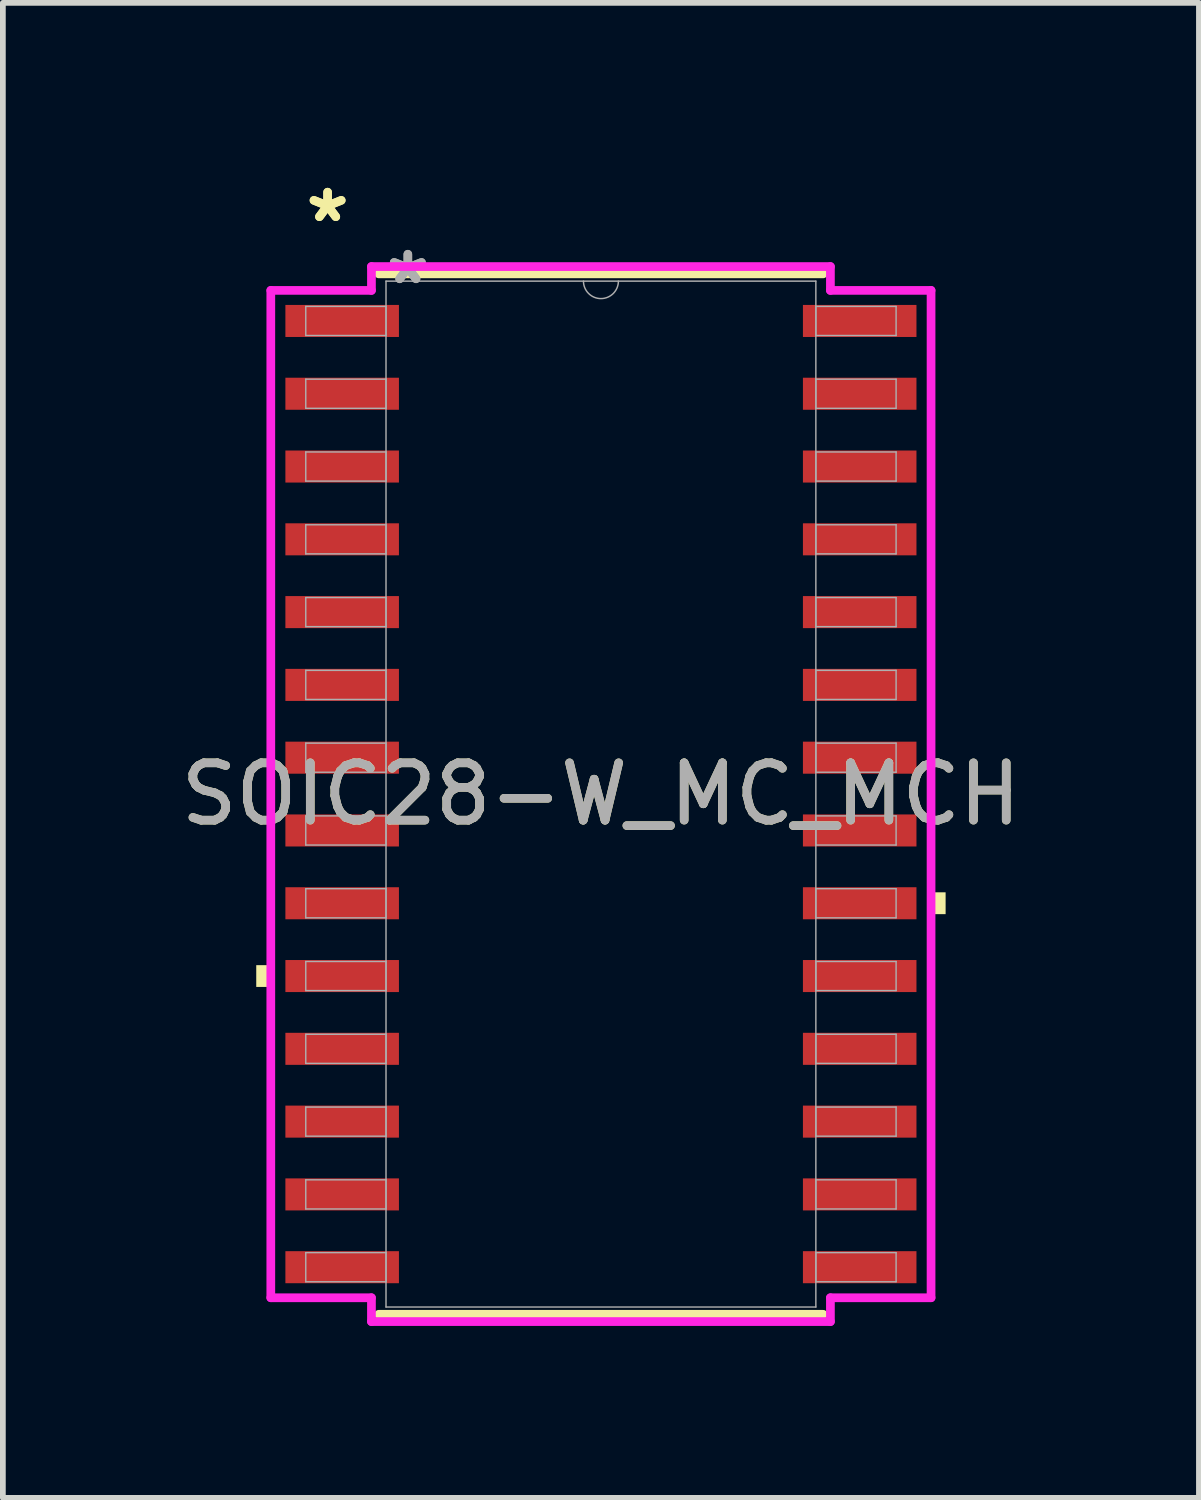
<source format=kicad_pcb>
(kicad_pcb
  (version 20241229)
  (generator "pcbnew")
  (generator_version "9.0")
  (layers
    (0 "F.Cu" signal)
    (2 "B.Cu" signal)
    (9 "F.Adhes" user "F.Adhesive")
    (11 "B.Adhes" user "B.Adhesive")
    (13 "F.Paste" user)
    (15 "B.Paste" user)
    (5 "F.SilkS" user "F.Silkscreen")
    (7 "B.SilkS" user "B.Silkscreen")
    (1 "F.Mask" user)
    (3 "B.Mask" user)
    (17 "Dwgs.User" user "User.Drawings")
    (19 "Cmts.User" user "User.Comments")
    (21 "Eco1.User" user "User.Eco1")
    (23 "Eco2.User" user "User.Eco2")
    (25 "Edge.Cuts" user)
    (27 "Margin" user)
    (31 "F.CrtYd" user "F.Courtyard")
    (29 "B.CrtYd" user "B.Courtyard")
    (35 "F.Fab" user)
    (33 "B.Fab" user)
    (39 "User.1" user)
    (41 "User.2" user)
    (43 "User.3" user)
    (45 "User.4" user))
  (footprint "SOIC28-W_MC_MCH"
    (layer "F.Cu")
    (at 7.435 10.805)
    (property "Reference" "SOIC28-W_MC_MCH" (at 0 0 0) (unlocked yes) (layer "F.SilkS") (effects (font (size 1 1) (thickness 0.15))))
    (attr smd)
    (fp_line (start -3.877 9.077) (end 3.877 9.077) (stroke (width 0.152) (type solid)) (layer "F.SilkS"))
    (fp_line (start 3.877 -9.077) (end -3.877 -9.077) (stroke (width 0.152) (type solid)) (layer "F.SilkS"))
    (fp_poly (pts (xy -6.014 2.985) (xy -6.014 3.365) (xy -5.76 3.365) (xy -5.76 2.985)) (stroke (width 0) (type solid)) (fill yes) (layer "F.SilkS"))
    (fp_poly (pts (xy 6.014 1.714) (xy 6.014 2.095) (xy 5.76 2.095) (xy 5.76 1.714)) (stroke (width 0) (type solid)) (fill yes) (layer "F.SilkS"))
    (fp_line (start -5.76 -8.788) (end -4.004 -8.788) (stroke (width 0.152) (type solid)) (layer "F.CrtYd"))
    (fp_line (start -5.76 8.788) (end -5.76 -8.788) (stroke (width 0.152) (type solid)) (layer "F.CrtYd"))
    (fp_line (start -5.76 8.788) (end -4.004 8.788) (stroke (width 0.152) (type solid)) (layer "F.CrtYd"))
    (fp_line (start -4.004 -9.204) (end 4.004 -9.204) (stroke (width 0.152) (type solid)) (layer "F.CrtYd"))
    (fp_line (start -4.004 -8.788) (end -4.004 -9.204) (stroke (width 0.152) (type solid)) (layer "F.CrtYd"))
    (fp_line (start -4.004 9.204) (end -4.004 8.788) (stroke (width 0.152) (type solid)) (layer "F.CrtYd"))
    (fp_line (start 4.004 -9.204) (end 4.004 -8.788) (stroke (width 0.152) (type solid)) (layer "F.CrtYd"))
    (fp_line (start 4.004 8.788) (end 4.004 9.204) (stroke (width 0.152) (type solid)) (layer "F.CrtYd"))
    (fp_line (start 4.004 9.204) (end -4.004 9.204) (stroke (width 0.152) (type solid)) (layer "F.CrtYd"))
    (fp_line (start 5.76 -8.788) (end 4.004 -8.788) (stroke (width 0.152) (type solid)) (layer "F.CrtYd"))
    (fp_line (start 5.76 -8.788) (end 5.76 8.788) (stroke (width 0.152) (type solid)) (layer "F.CrtYd"))
    (fp_line (start 5.76 8.788) (end 4.004 8.788) (stroke (width 0.152) (type solid)) (layer "F.CrtYd"))
    (fp_line (start -5.15 -8.509) (end -5.15 -8.001) (stroke (width 0.025) (type solid)) (layer "F.Fab"))
    (fp_line (start -5.15 -8.001) (end -3.75 -8.001) (stroke (width 0.025) (type solid)) (layer "F.Fab"))
    (fp_line (start -5.15 -7.239) (end -5.15 -6.731) (stroke (width 0.025) (type solid)) (layer "F.Fab"))
    (fp_line (start -5.15 -6.731) (end -3.75 -6.731) (stroke (width 0.025) (type solid)) (layer "F.Fab"))
    (fp_line (start -5.15 -5.969) (end -5.15 -5.461) (stroke (width 0.025) (type solid)) (layer "F.Fab"))
    (fp_line (start -5.15 -5.461) (end -3.75 -5.461) (stroke (width 0.025) (type solid)) (layer "F.Fab"))
    (fp_line (start -5.15 -4.699) (end -5.15 -4.191) (stroke (width 0.025) (type solid)) (layer "F.Fab"))
    (fp_line (start -5.15 -4.191) (end -3.75 -4.191) (stroke (width 0.025) (type solid)) (layer "F.Fab"))
    (fp_line (start -5.15 -3.429) (end -5.15 -2.921) (stroke (width 0.025) (type solid)) (layer "F.Fab"))
    (fp_line (start -5.15 -2.921) (end -3.75 -2.921) (stroke (width 0.025) (type solid)) (layer "F.Fab"))
    (fp_line (start -5.15 -2.159) (end -5.15 -1.651) (stroke (width 0.025) (type solid)) (layer "F.Fab"))
    (fp_line (start -5.15 -1.651) (end -3.75 -1.651) (stroke (width 0.025) (type solid)) (layer "F.Fab"))
    (fp_line (start -5.15 -0.889) (end -5.15 -0.381) (stroke (width 0.025) (type solid)) (layer "F.Fab"))
    (fp_line (start -5.15 -0.381) (end -3.75 -0.381) (stroke (width 0.025) (type solid)) (layer "F.Fab"))
    (fp_line (start -5.15 0.381) (end -5.15 0.889) (stroke (width 0.025) (type solid)) (layer "F.Fab"))
    (fp_line (start -5.15 0.889) (end -3.75 0.889) (stroke (width 0.025) (type solid)) (layer "F.Fab"))
    (fp_line (start -5.15 1.651) (end -5.15 2.159) (stroke (width 0.025) (type solid)) (layer "F.Fab"))
    (fp_line (start -5.15 2.159) (end -3.75 2.159) (stroke (width 0.025) (type solid)) (layer "F.Fab"))
    (fp_line (start -5.15 2.921) (end -5.15 3.429) (stroke (width 0.025) (type solid)) (layer "F.Fab"))
    (fp_line (start -5.15 3.429) (end -3.75 3.429) (stroke (width 0.025) (type solid)) (layer "F.Fab"))
    (fp_line (start -5.15 4.191) (end -5.15 4.699) (stroke (width 0.025) (type solid)) (layer "F.Fab"))
    (fp_line (start -5.15 4.699) (end -3.75 4.699) (stroke (width 0.025) (type solid)) (layer "F.Fab"))
    (fp_line (start -5.15 5.461) (end -5.15 5.969) (stroke (width 0.025) (type solid)) (layer "F.Fab"))
    (fp_line (start -5.15 5.969) (end -3.75 5.969) (stroke (width 0.025) (type solid)) (layer "F.Fab"))
    (fp_line (start -5.15 6.731) (end -5.15 7.239) (stroke (width 0.025) (type solid)) (layer "F.Fab"))
    (fp_line (start -5.15 7.239) (end -3.75 7.239) (stroke (width 0.025) (type solid)) (layer "F.Fab"))
    (fp_line (start -5.15 8.001) (end -5.15 8.509) (stroke (width 0.025) (type solid)) (layer "F.Fab"))
    (fp_line (start -5.15 8.509) (end -3.75 8.509) (stroke (width 0.025) (type solid)) (layer "F.Fab"))
    (fp_line (start -3.75 -8.95) (end -3.75 8.95) (stroke (width 0.025) (type solid)) (layer "F.Fab"))
    (fp_line (start -3.75 -8.509) (end -5.15 -8.509) (stroke (width 0.025) (type solid)) (layer "F.Fab"))
    (fp_line (start -3.75 -8.001) (end -3.75 -8.509) (stroke (width 0.025) (type solid)) (layer "F.Fab"))
    (fp_line (start -3.75 -7.239) (end -5.15 -7.239) (stroke (width 0.025) (type solid)) (layer "F.Fab"))
    (fp_line (start -3.75 -6.731) (end -3.75 -7.239) (stroke (width 0.025) (type solid)) (layer "F.Fab"))
    (fp_line (start -3.75 -5.969) (end -5.15 -5.969) (stroke (width 0.025) (type solid)) (layer "F.Fab"))
    (fp_line (start -3.75 -5.461) (end -3.75 -5.969) (stroke (width 0.025) (type solid)) (layer "F.Fab"))
    (fp_line (start -3.75 -4.699) (end -5.15 -4.699) (stroke (width 0.025) (type solid)) (layer "F.Fab"))
    (fp_line (start -3.75 -4.191) (end -3.75 -4.699) (stroke (width 0.025) (type solid)) (layer "F.Fab"))
    (fp_line (start -3.75 -3.429) (end -5.15 -3.429) (stroke (width 0.025) (type solid)) (layer "F.Fab"))
    (fp_line (start -3.75 -2.921) (end -3.75 -3.429) (stroke (width 0.025) (type solid)) (layer "F.Fab"))
    (fp_line (start -3.75 -2.159) (end -5.15 -2.159) (stroke (width 0.025) (type solid)) (layer "F.Fab"))
    (fp_line (start -3.75 -1.651) (end -3.75 -2.159) (stroke (width 0.025) (type solid)) (layer "F.Fab"))
    (fp_line (start -3.75 -0.889) (end -5.15 -0.889) (stroke (width 0.025) (type solid)) (layer "F.Fab"))
    (fp_line (start -3.75 -0.381) (end -3.75 -0.889) (stroke (width 0.025) (type solid)) (layer "F.Fab"))
    (fp_line (start -3.75 0.381) (end -5.15 0.381) (stroke (width 0.025) (type solid)) (layer "F.Fab"))
    (fp_line (start -3.75 0.889) (end -3.75 0.381) (stroke (width 0.025) (type solid)) (layer "F.Fab"))
    (fp_line (start -3.75 1.651) (end -5.15 1.651) (stroke (width 0.025) (type solid)) (layer "F.Fab"))
    (fp_line (start -3.75 2.159) (end -3.75 1.651) (stroke (width 0.025) (type solid)) (layer "F.Fab"))
    (fp_line (start -3.75 2.921) (end -5.15 2.921) (stroke (width 0.025) (type solid)) (layer "F.Fab"))
    (fp_line (start -3.75 3.429) (end -3.75 2.921) (stroke (width 0.025) (type solid)) (layer "F.Fab"))
    (fp_line (start -3.75 4.191) (end -5.15 4.191) (stroke (width 0.025) (type solid)) (layer "F.Fab"))
    (fp_line (start -3.75 4.699) (end -3.75 4.191) (stroke (width 0.025) (type solid)) (layer "F.Fab"))
    (fp_line (start -3.75 5.461) (end -5.15 5.461) (stroke (width 0.025) (type solid)) (layer "F.Fab"))
    (fp_line (start -3.75 5.969) (end -3.75 5.461) (stroke (width 0.025) (type solid)) (layer "F.Fab"))
    (fp_line (start -3.75 6.731) (end -5.15 6.731) (stroke (width 0.025) (type solid)) (layer "F.Fab"))
    (fp_line (start -3.75 7.239) (end -3.75 6.731) (stroke (width 0.025) (type solid)) (layer "F.Fab"))
    (fp_line (start -3.75 8.001) (end -5.15 8.001) (stroke (width 0.025) (type solid)) (layer "F.Fab"))
    (fp_line (start -3.75 8.509) (end -3.75 8.001) (stroke (width 0.025) (type solid)) (layer "F.Fab"))
    (fp_line (start -3.75 8.95) (end 3.75 8.95) (stroke (width 0.025) (type solid)) (layer "F.Fab"))
    (fp_line (start 3.75 -8.95) (end -3.75 -8.95) (stroke (width 0.025) (type solid)) (layer "F.Fab"))
    (fp_line (start 3.75 -8.509) (end 3.75 -8.001) (stroke (width 0.025) (type solid)) (layer "F.Fab"))
    (fp_line (start 3.75 -8.001) (end 5.15 -8.001) (stroke (width 0.025) (type solid)) (layer "F.Fab"))
    (fp_line (start 3.75 -7.239) (end 3.75 -6.731) (stroke (width 0.025) (type solid)) (layer "F.Fab"))
    (fp_line (start 3.75 -6.731) (end 5.15 -6.731) (stroke (width 0.025) (type solid)) (layer "F.Fab"))
    (fp_line (start 3.75 -5.969) (end 3.75 -5.461) (stroke (width 0.025) (type solid)) (layer "F.Fab"))
    (fp_line (start 3.75 -5.461) (end 5.15 -5.461) (stroke (width 0.025) (type solid)) (layer "F.Fab"))
    (fp_line (start 3.75 -4.699) (end 3.75 -4.191) (stroke (width 0.025) (type solid)) (layer "F.Fab"))
    (fp_line (start 3.75 -4.191) (end 5.15 -4.191) (stroke (width 0.025) (type solid)) (layer "F.Fab"))
    (fp_line (start 3.75 -3.429) (end 3.75 -2.921) (stroke (width 0.025) (type solid)) (layer "F.Fab"))
    (fp_line (start 3.75 -2.921) (end 5.15 -2.921) (stroke (width 0.025) (type solid)) (layer "F.Fab"))
    (fp_line (start 3.75 -2.159) (end 3.75 -1.651) (stroke (width 0.025) (type solid)) (layer "F.Fab"))
    (fp_line (start 3.75 -1.651) (end 5.15 -1.651) (stroke (width 0.025) (type solid)) (layer "F.Fab"))
    (fp_line (start 3.75 -0.889) (end 3.75 -0.381) (stroke (width 0.025) (type solid)) (layer "F.Fab"))
    (fp_line (start 3.75 -0.381) (end 5.15 -0.381) (stroke (width 0.025) (type solid)) (layer "F.Fab"))
    (fp_line (start 3.75 0.381) (end 3.75 0.889) (stroke (width 0.025) (type solid)) (layer "F.Fab"))
    (fp_line (start 3.75 0.889) (end 5.15 0.889) (stroke (width 0.025) (type solid)) (layer "F.Fab"))
    (fp_line (start 3.75 1.651) (end 3.75 2.159) (stroke (width 0.025) (type solid)) (layer "F.Fab"))
    (fp_line (start 3.75 2.159) (end 5.15 2.159) (stroke (width 0.025) (type solid)) (layer "F.Fab"))
    (fp_line (start 3.75 2.921) (end 3.75 3.429) (stroke (width 0.025) (type solid)) (layer "F.Fab"))
    (fp_line (start 3.75 3.429) (end 5.15 3.429) (stroke (width 0.025) (type solid)) (layer "F.Fab"))
    (fp_line (start 3.75 4.191) (end 3.75 4.699) (stroke (width 0.025) (type solid)) (layer "F.Fab"))
    (fp_line (start 3.75 4.699) (end 5.15 4.699) (stroke (width 0.025) (type solid)) (layer "F.Fab"))
    (fp_line (start 3.75 5.461) (end 3.75 5.969) (stroke (width 0.025) (type solid)) (layer "F.Fab"))
    (fp_line (start 3.75 5.969) (end 5.15 5.969) (stroke (width 0.025) (type solid)) (layer "F.Fab"))
    (fp_line (start 3.75 6.731) (end 3.75 7.239) (stroke (width 0.025) (type solid)) (layer "F.Fab"))
    (fp_line (start 3.75 7.239) (end 5.15 7.239) (stroke (width 0.025) (type solid)) (layer "F.Fab"))
    (fp_line (start 3.75 8.001) (end 3.75 8.509) (stroke (width 0.025) (type solid)) (layer "F.Fab"))
    (fp_line (start 3.75 8.509) (end 5.15 8.509) (stroke (width 0.025) (type solid)) (layer "F.Fab"))
    (fp_line (start 3.75 8.95) (end 3.75 -8.95) (stroke (width 0.025) (type solid)) (layer "F.Fab"))
    (fp_line (start 5.15 -8.509) (end 3.75 -8.509) (stroke (width 0.025) (type solid)) (layer "F.Fab"))
    (fp_line (start 5.15 -8.001) (end 5.15 -8.509) (stroke (width 0.025) (type solid)) (layer "F.Fab"))
    (fp_line (start 5.15 -7.239) (end 3.75 -7.239) (stroke (width 0.025) (type solid)) (layer "F.Fab"))
    (fp_line (start 5.15 -6.731) (end 5.15 -7.239) (stroke (width 0.025) (type solid)) (layer "F.Fab"))
    (fp_line (start 5.15 -5.969) (end 3.75 -5.969) (stroke (width 0.025) (type solid)) (layer "F.Fab"))
    (fp_line (start 5.15 -5.461) (end 5.15 -5.969) (stroke (width 0.025) (type solid)) (layer "F.Fab"))
    (fp_line (start 5.15 -4.699) (end 3.75 -4.699) (stroke (width 0.025) (type solid)) (layer "F.Fab"))
    (fp_line (start 5.15 -4.191) (end 5.15 -4.699) (stroke (width 0.025) (type solid)) (layer "F.Fab"))
    (fp_line (start 5.15 -3.429) (end 3.75 -3.429) (stroke (width 0.025) (type solid)) (layer "F.Fab"))
    (fp_line (start 5.15 -2.921) (end 5.15 -3.429) (stroke (width 0.025) (type solid)) (layer "F.Fab"))
    (fp_line (start 5.15 -2.159) (end 3.75 -2.159) (stroke (width 0.025) (type solid)) (layer "F.Fab"))
    (fp_line (start 5.15 -1.651) (end 5.15 -2.159) (stroke (width 0.025) (type solid)) (layer "F.Fab"))
    (fp_line (start 5.15 -0.889) (end 3.75 -0.889) (stroke (width 0.025) (type solid)) (layer "F.Fab"))
    (fp_line (start 5.15 -0.381) (end 5.15 -0.889) (stroke (width 0.025) (type solid)) (layer "F.Fab"))
    (fp_line (start 5.15 0.381) (end 3.75 0.381) (stroke (width 0.025) (type solid)) (layer "F.Fab"))
    (fp_line (start 5.15 0.889) (end 5.15 0.381) (stroke (width 0.025) (type solid)) (layer "F.Fab"))
    (fp_line (start 5.15 1.651) (end 3.75 1.651) (stroke (width 0.025) (type solid)) (layer "F.Fab"))
    (fp_line (start 5.15 2.159) (end 5.15 1.651) (stroke (width 0.025) (type solid)) (layer "F.Fab"))
    (fp_line (start 5.15 2.921) (end 3.75 2.921) (stroke (width 0.025) (type solid)) (layer "F.Fab"))
    (fp_line (start 5.15 3.429) (end 5.15 2.921) (stroke (width 0.025) (type solid)) (layer "F.Fab"))
    (fp_line (start 5.15 4.191) (end 3.75 4.191) (stroke (width 0.025) (type solid)) (layer "F.Fab"))
    (fp_line (start 5.15 4.699) (end 5.15 4.191) (stroke (width 0.025) (type solid)) (layer "F.Fab"))
    (fp_line (start 5.15 5.461) (end 3.75 5.461) (stroke (width 0.025) (type solid)) (layer "F.Fab"))
    (fp_line (start 5.15 5.969) (end 5.15 5.461) (stroke (width 0.025) (type solid)) (layer "F.Fab"))
    (fp_line (start 5.15 6.731) (end 3.75 6.731) (stroke (width 0.025) (type solid)) (layer "F.Fab"))
    (fp_line (start 5.15 7.239) (end 5.15 6.731) (stroke (width 0.025) (type solid)) (layer "F.Fab"))
    (fp_line (start 5.15 8.001) (end 3.75 8.001) (stroke (width 0.025) (type solid)) (layer "F.Fab"))
    (fp_line (start 5.15 8.509) (end 5.15 8.001) (stroke (width 0.025) (type solid)) (layer "F.Fab"))
    (fp_arc (start 0.3048 -8.95) (mid 0 -8.6452) (end -0.3048 -8.95) (stroke (width 0.0254) (type solid)) (layer "F.Fab"))
    (fp_text user "*" (at -4.769 -9.957 0) (layer "F.SilkS") (effects (font (size 1 1) (thickness 0.15))))
    (fp_text user "*" (at -4.769 -9.957 0) (unlocked yes) (layer "F.SilkS") (effects (font (size 1 1) (thickness 0.15))))
    (fp_text user "${REFERENCE}" (at 0 0 0) (unlocked yes) (layer "F.Fab") (effects (font (size 1 1) (thickness 0.15))))
    (fp_text user "*" (at -3.369 -8.874 0) (layer "F.Fab") (effects (font (size 1 1) (thickness 0.15))))
    (fp_text user "*" (at -3.369 -8.874 0) (unlocked yes) (layer "F.Fab") (effects (font (size 1 1) (thickness 0.15))))
    (pad "1" smd rect (at -4.515 -8.255) (size 1.981 0.559) (layers "F.Cu" "F.Mask" "F.Paste"))
    (pad "2" smd rect (at -4.515 -6.985) (size 1.981 0.559) (layers "F.Cu" "F.Mask" "F.Paste"))
    (pad "3" smd rect (at -4.515 -5.715) (size 1.981 0.559) (layers "F.Cu" "F.Mask" "F.Paste"))
    (pad "4" smd rect (at -4.515 -4.445) (size 1.981 0.559) (layers "F.Cu" "F.Mask" "F.Paste"))
    (pad "5" smd rect (at -4.515 -3.175) (size 1.981 0.559) (layers "F.Cu" "F.Mask" "F.Paste"))
    (pad "6" smd rect (at -4.515 -1.905) (size 1.981 0.559) (layers "F.Cu" "F.Mask" "F.Paste"))
    (pad "7" smd rect (at -4.515 -0.635) (size 1.981 0.559) (layers "F.Cu" "F.Mask" "F.Paste"))
    (pad "8" smd rect (at -4.515 0.635) (size 1.981 0.559) (layers "F.Cu" "F.Mask" "F.Paste"))
    (pad "9" smd rect (at -4.515 1.905) (size 1.981 0.559) (layers "F.Cu" "F.Mask" "F.Paste"))
    (pad "10" smd rect (at -4.515 3.175) (size 1.981 0.559) (layers "F.Cu" "F.Mask" "F.Paste"))
    (pad "11" smd rect (at -4.515 4.445) (size 1.981 0.559) (layers "F.Cu" "F.Mask" "F.Paste"))
    (pad "12" smd rect (at -4.515 5.715) (size 1.981 0.559) (layers "F.Cu" "F.Mask" "F.Paste"))
    (pad "13" smd rect (at -4.515 6.985) (size 1.981 0.559) (layers "F.Cu" "F.Mask" "F.Paste"))
    (pad "14" smd rect (at -4.515 8.255) (size 1.981 0.559) (layers "F.Cu" "F.Mask" "F.Paste"))
    (pad "15" smd rect (at 4.515 8.255) (size 1.981 0.559) (layers "F.Cu" "F.Mask" "F.Paste"))
    (pad "16" smd rect (at 4.515 6.985) (size 1.981 0.559) (layers "F.Cu" "F.Mask" "F.Paste"))
    (pad "17" smd rect (at 4.515 5.715) (size 1.981 0.559) (layers "F.Cu" "F.Mask" "F.Paste"))
    (pad "18" smd rect (at 4.515 4.445) (size 1.981 0.559) (layers "F.Cu" "F.Mask" "F.Paste"))
    (pad "19" smd rect (at 4.515 3.175) (size 1.981 0.559) (layers "F.Cu" "F.Mask" "F.Paste"))
    (pad "20" smd rect (at 4.515 1.905) (size 1.981 0.559) (layers "F.Cu" "F.Mask" "F.Paste"))
    (pad "21" smd rect (at 4.515 0.635) (size 1.981 0.559) (layers "F.Cu" "F.Mask" "F.Paste"))
    (pad "22" smd rect (at 4.515 -0.635) (size 1.981 0.559) (layers "F.Cu" "F.Mask" "F.Paste"))
    (pad "23" smd rect (at 4.515 -1.905) (size 1.981 0.559) (layers "F.Cu" "F.Mask" "F.Paste"))
    (pad "24" smd rect (at 4.515 -3.175) (size 1.981 0.559) (layers "F.Cu" "F.Mask" "F.Paste"))
    (pad "25" smd rect (at 4.515 -4.445) (size 1.981 0.559) (layers "F.Cu" "F.Mask" "F.Paste"))
    (pad "26" smd rect (at 4.515 -5.715) (size 1.981 0.559) (layers "F.Cu" "F.Mask" "F.Paste"))
    (pad "27" smd rect (at 4.515 -6.985) (size 1.981 0.559) (layers "F.Cu" "F.Mask" "F.Paste"))
    (pad "28" smd rect (at 4.515 -8.255) (size 1.981 0.559) (layers "F.Cu" "F.Mask" "F.Paste")))
  (gr_rect
    (start -3 -3)
    (end 17.869 23.085)
    (stroke (width 0.1) (type default))
    (fill no)
    (layer "Edge.Cuts")))
</source>
